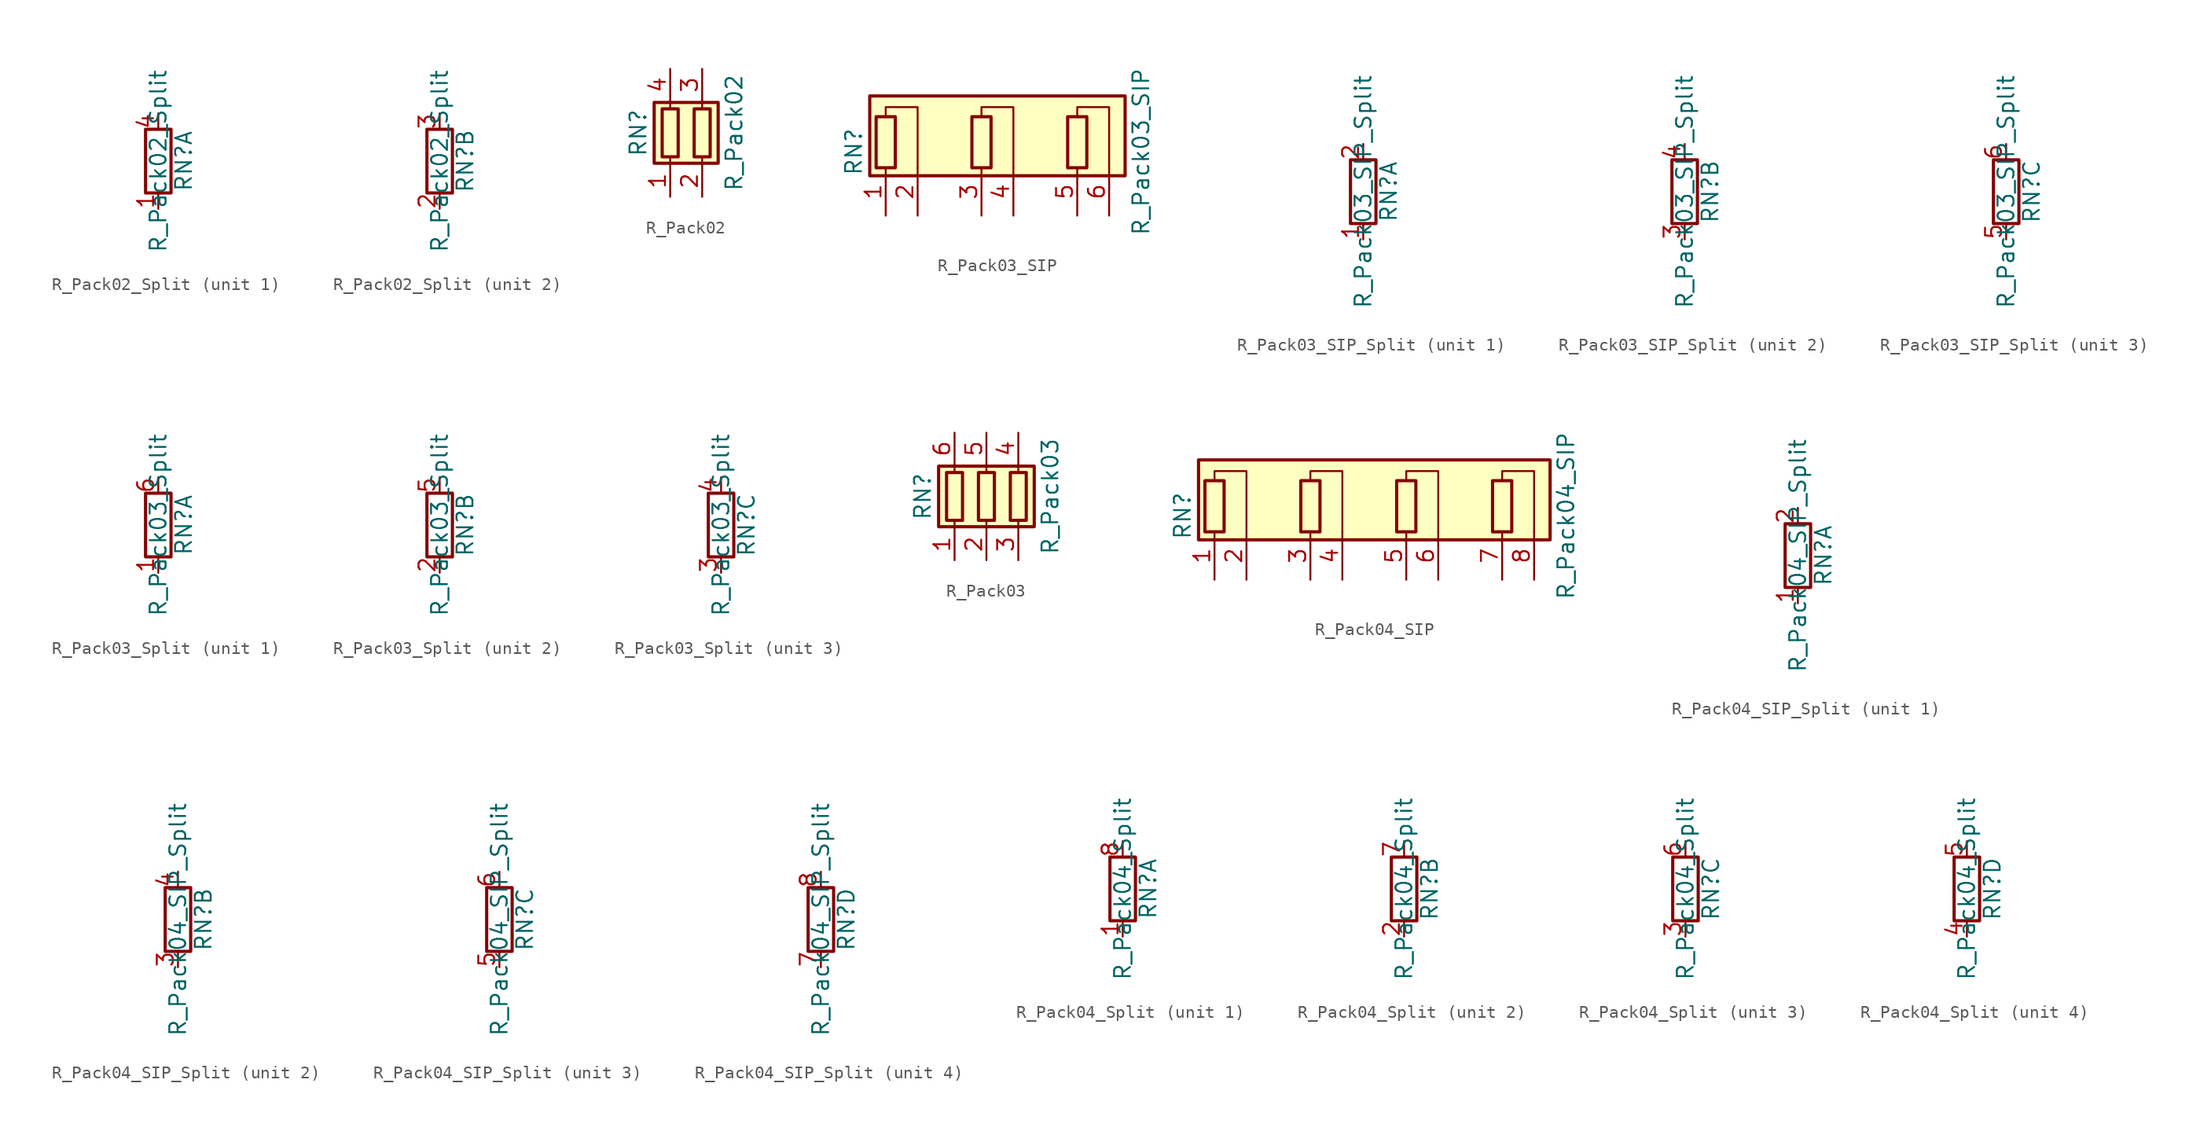
<source format=kicad_sym>
(kicad_symbol_lib
  (version 20241209)
  (generator "kicad_symbol_editor")
  (generator_version "9.0")
  (symbol "R_Pack02_Split"
    (pin_names
      (offset 0)
      (hide yes))
    (property "Reference" "RN"
      (at 2.032 0 90)
      (effects (font (size 1.27 1.27))))
    (property "Value" "R_Pack02_Split"
      (at 0 0 90)
      (effects (font (size 1.27 1.27))))
    (symbol "R_Pack02_Split_0_1"
      (rectangle (start 1.016 2.54) (end -1.016 -2.54) (stroke (width 0.254) (type solid)) (fill (type none))))
    (symbol "R_Pack02_Split_1_1"
      (pin passive line (at 0 3.81 270) (length 1.27) (name "R1.2" (effects (font (size 1.27 1.27)))) (number "4" (effects (font (size 1.27 1.27)))))
      (pin passive line (at 0 -3.81 90) (length 1.27) (name "R1.1" (effects (font (size 1.27 1.27)))) (number "1" (effects (font (size 1.27 1.27))))))
    (symbol "R_Pack02_Split_2_1"
      (pin passive line (at 0 3.81 270) (length 1.27) (name "R2.2" (effects (font (size 1.27 1.27)))) (number "3" (effects (font (size 1.27 1.27)))))
      (pin passive line (at 0 -3.81 90) (length 1.27) (name "R2.1" (effects (font (size 1.27 1.27)))) (number "2" (effects (font (size 1.27 1.27)))))))
  (symbol "R_Pack02"
    (pin_names
      (offset 0)
      (hide yes))
    (property "Reference" "RN"
      (at -5.08 0 90)
      (effects (font (size 1.27 1.27))))
    (property "Value" "R_Pack02"
      (at 2.54 0 90)
      (effects (font (size 1.27 1.27))))
    (symbol "R_Pack02_0_1"
      (rectangle (start -3.81 -2.413) (end 1.27 2.413) (stroke (width 0.254) (type solid)) (fill (type background)))
      (rectangle (start -3.175 1.905) (end -1.905 -1.905) (stroke (width 0.254) (type solid)) (fill (type none)))
      (polyline (pts (xy -2.54 1.905) (xy -2.54 2.54)) (stroke (width 0) (type solid)) (fill (type none)))
      (polyline (pts (xy -2.54 -2.54) (xy -2.54 -1.905)) (stroke (width 0) (type solid)) (fill (type none)))
      (rectangle (start -0.635 1.905) (end 0.635 -1.905) (stroke (width 0.254) (type solid)) (fill (type none)))
      (polyline (pts (xy 0 1.905) (xy 0 2.54)) (stroke (width 0) (type solid)) (fill (type none)))
      (polyline (pts (xy 0 -2.54) (xy 0 -1.905)) (stroke (width 0) (type solid)) (fill (type none))))
    (symbol "R_Pack02_1_1"
      (pin passive line (at -2.54 5.08 270) (length 2.54) (name "R1.2" (effects (font (size 1.27 1.27)))) (number "4" (effects (font (size 1.27 1.27)))))
      (pin passive line (at -2.54 -5.08 90) (length 2.54) (name "R1.1" (effects (font (size 1.27 1.27)))) (number "1" (effects (font (size 1.27 1.27)))))
      (pin passive line (at 0 5.08 270) (length 2.54) (name "R2.2" (effects (font (size 1.27 1.27)))) (number "3" (effects (font (size 1.27 1.27)))))
      (pin passive line (at 0 -5.08 90) (length 2.54) (name "R2.1" (effects (font (size 1.27 1.27)))) (number "2" (effects (font (size 1.27 1.27)))))))
  (symbol "R_Pack03_SIP"
    (pin_names
      (offset 0)
      (hide yes))
    (property "Reference" "RN"
      (at -10.16 0 90)
      (effects (font (size 1.27 1.27))))
    (property "Value" "R_Pack03_SIP"
      (at 12.7 0 90)
      (effects (font (size 1.27 1.27))))
    (symbol "R_Pack03_SIP_0_1"
      (rectangle (start -8.89 -1.905) (end 11.43 4.445) (stroke (width 0.254) (type solid)) (fill (type background)))
      (rectangle (start -8.382 2.794) (end -6.858 -1.27) (stroke (width 0.254) (type solid)) (fill (type none)))
      (polyline (pts (xy -7.62 2.794) (xy -7.62 3.556) (xy -5.08 3.556) (xy -5.08 -1.27)) (stroke (width 0) (type solid)) (fill (type none)))
      (rectangle (start -0.762 2.794) (end 0.762 -1.27) (stroke (width 0.254) (type solid)) (fill (type none)))
      (polyline (pts (xy 0 2.794) (xy 0 3.556) (xy 2.54 3.556) (xy 2.54 -1.27)) (stroke (width 0) (type solid)) (fill (type none)))
      (rectangle (start 6.858 2.794) (end 8.382 -1.27) (stroke (width 0.254) (type solid)) (fill (type none)))
      (polyline (pts (xy 7.62 2.794) (xy 7.62 3.556) (xy 10.16 3.556) (xy 10.16 -1.27)) (stroke (width 0) (type solid)) (fill (type none))))
    (symbol "R_Pack03_SIP_1_1"
      (pin passive line (at -7.62 -5.08 90) (length 3.81) (name "R1.1" (effects (font (size 1.27 1.27)))) (number "1" (effects (font (size 1.27 1.27)))))
      (pin passive line (at -5.08 -5.08 90) (length 3.81) (name "R1.2" (effects (font (size 1.27 1.27)))) (number "2" (effects (font (size 1.27 1.27)))))
      (pin passive line (at 0 -5.08 90) (length 3.81) (name "R2.1" (effects (font (size 1.27 1.27)))) (number "3" (effects (font (size 1.27 1.27)))))
      (pin passive line (at 2.54 -5.08 90) (length 3.81) (name "R2.2" (effects (font (size 1.27 1.27)))) (number "4" (effects (font (size 1.27 1.27)))))
      (pin passive line (at 7.62 -5.08 90) (length 3.81) (name "R3.1" (effects (font (size 1.27 1.27)))) (number "5" (effects (font (size 1.27 1.27)))))
      (pin passive line (at 10.16 -5.08 90) (length 3.81) (name "R3.2" (effects (font (size 1.27 1.27)))) (number "6" (effects (font (size 1.27 1.27)))))))
  (symbol "R_Pack03_SIP_Split"
    (pin_names
      (offset 0)
      (hide yes))
    (property "Reference" "RN"
      (at 2.032 0 90)
      (effects (font (size 1.27 1.27))))
    (property "Value" "R_Pack03_SIP_Split"
      (at 0 0 90)
      (effects (font (size 1.27 1.27))))
    (symbol "R_Pack03_SIP_Split_0_1"
      (rectangle (start 1.016 2.54) (end -1.016 -2.54) (stroke (width 0.254) (type solid)) (fill (type none))))
    (symbol "R_Pack03_SIP_Split_1_1"
      (pin passive line (at 0 3.81 270) (length 1.27) (name "R1.2" (effects (font (size 1.27 1.27)))) (number "2" (effects (font (size 1.27 1.27)))))
      (pin passive line (at 0 -3.81 90) (length 1.27) (name "R1.1" (effects (font (size 1.27 1.27)))) (number "1" (effects (font (size 1.27 1.27))))))
    (symbol "R_Pack03_SIP_Split_2_1"
      (pin passive line (at 0 3.81 270) (length 1.27) (name "R2.2" (effects (font (size 1.27 1.27)))) (number "4" (effects (font (size 1.27 1.27)))))
      (pin passive line (at 0 -3.81 90) (length 1.27) (name "R2.1" (effects (font (size 1.27 1.27)))) (number "3" (effects (font (size 1.27 1.27))))))
    (symbol "R_Pack03_SIP_Split_3_1"
      (pin passive line (at 0 3.81 270) (length 1.27) (name "R3.2" (effects (font (size 1.27 1.27)))) (number "6" (effects (font (size 1.27 1.27)))))
      (pin passive line (at 0 -3.81 90) (length 1.27) (name "R3.1" (effects (font (size 1.27 1.27)))) (number "5" (effects (font (size 1.27 1.27)))))))
  (symbol "R_Pack03_Split"
    (pin_names
      (offset 0)
      (hide yes))
    (property "Reference" "RN"
      (at 2.032 0 90)
      (effects (font (size 1.27 1.27))))
    (property "Value" "R_Pack03_Split"
      (at 0 0 90)
      (effects (font (size 1.27 1.27))))
    (symbol "R_Pack03_Split_0_1"
      (rectangle (start 1.016 2.54) (end -1.016 -2.54) (stroke (width 0.254) (type solid)) (fill (type none))))
    (symbol "R_Pack03_Split_1_1"
      (pin passive line (at 0 3.81 270) (length 1.27) (name "R1.2" (effects (font (size 1.27 1.27)))) (number "6" (effects (font (size 1.27 1.27)))))
      (pin passive line (at 0 -3.81 90) (length 1.27) (name "R1.1" (effects (font (size 1.27 1.27)))) (number "1" (effects (font (size 1.27 1.27))))))
    (symbol "R_Pack03_Split_2_1"
      (pin passive line (at 0 3.81 270) (length 1.27) (name "R2.2" (effects (font (size 1.27 1.27)))) (number "5" (effects (font (size 1.27 1.27)))))
      (pin passive line (at 0 -3.81 90) (length 1.27) (name "R2.1" (effects (font (size 1.27 1.27)))) (number "2" (effects (font (size 1.27 1.27))))))
    (symbol "R_Pack03_Split_3_1"
      (pin passive line (at 0 3.81 270) (length 1.27) (name "R3.2" (effects (font (size 1.27 1.27)))) (number "4" (effects (font (size 1.27 1.27)))))
      (pin passive line (at 0 -3.81 90) (length 1.27) (name "R3.1" (effects (font (size 1.27 1.27)))) (number "3" (effects (font (size 1.27 1.27)))))))
  (symbol "R_Pack03"
    (pin_names
      (offset 0)
      (hide yes))
    (property "Reference" "RN"
      (at -5.08 0 90)
      (effects (font (size 1.27 1.27))))
    (property "Value" "R_Pack03"
      (at 5.08 0 90)
      (effects (font (size 1.27 1.27))))
    (symbol "R_Pack03_0_1"
      (rectangle (start -3.81 -2.413) (end 3.81 2.413) (stroke (width 0.254) (type solid)) (fill (type background)))
      (rectangle (start -3.175 1.905) (end -1.905 -1.905) (stroke (width 0.254) (type solid)) (fill (type none)))
      (polyline (pts (xy -2.54 1.905) (xy -2.54 2.54)) (stroke (width 0) (type solid)) (fill (type none)))
      (polyline (pts (xy -2.54 -2.54) (xy -2.54 -1.905)) (stroke (width 0) (type solid)) (fill (type none)))
      (rectangle (start -0.635 1.905) (end 0.635 -1.905) (stroke (width 0.254) (type solid)) (fill (type none)))
      (polyline (pts (xy 0 1.905) (xy 0 2.54)) (stroke (width 0) (type solid)) (fill (type none)))
      (polyline (pts (xy 0 -2.54) (xy 0 -1.905)) (stroke (width 0) (type solid)) (fill (type none)))
      (rectangle (start 1.905 1.905) (end 3.175 -1.905) (stroke (width 0.254) (type solid)) (fill (type none)))
      (polyline (pts (xy 2.54 1.905) (xy 2.54 2.54)) (stroke (width 0) (type solid)) (fill (type none)))
      (polyline (pts (xy 2.54 -2.54) (xy 2.54 -1.905)) (stroke (width 0) (type solid)) (fill (type none))))
    (symbol "R_Pack03_1_1"
      (pin passive line (at -2.54 5.08 270) (length 2.54) (name "R1.2" (effects (font (size 1.27 1.27)))) (number "6" (effects (font (size 1.27 1.27)))))
      (pin passive line (at -2.54 -5.08 90) (length 2.54) (name "R1.1" (effects (font (size 1.27 1.27)))) (number "1" (effects (font (size 1.27 1.27)))))
      (pin passive line (at 0 5.08 270) (length 2.54) (name "R2.2" (effects (font (size 1.27 1.27)))) (number "5" (effects (font (size 1.27 1.27)))))
      (pin passive line (at 0 -5.08 90) (length 2.54) (name "R2.1" (effects (font (size 1.27 1.27)))) (number "2" (effects (font (size 1.27 1.27)))))
      (pin passive line (at 2.54 5.08 270) (length 2.54) (name "R3.2" (effects (font (size 1.27 1.27)))) (number "4" (effects (font (size 1.27 1.27)))))
      (pin passive line (at 2.54 -5.08 90) (length 2.54) (name "R3.1" (effects (font (size 1.27 1.27)))) (number "3" (effects (font (size 1.27 1.27)))))))
  (symbol "R_Pack04_SIP"
    (pin_names
      (offset 0)
      (hide yes))
    (property "Reference" "RN"
      (at -15.24 0 90)
      (effects (font (size 1.27 1.27))))
    (property "Value" "R_Pack04_SIP"
      (at 15.24 0 90)
      (effects (font (size 1.27 1.27))))
    (symbol "R_Pack04_SIP_0_1"
      (rectangle (start -13.97 -1.905) (end 13.97 4.445) (stroke (width 0.254) (type solid)) (fill (type background)))
      (rectangle (start -13.462 2.794) (end -11.938 -1.27) (stroke (width 0.254) (type solid)) (fill (type none)))
      (polyline (pts (xy -12.7 2.794) (xy -12.7 3.556) (xy -10.16 3.556) (xy -10.16 -1.27)) (stroke (width 0) (type solid)) (fill (type none)))
      (rectangle (start -5.842 2.794) (end -4.318 -1.27) (stroke (width 0.254) (type solid)) (fill (type none)))
      (polyline (pts (xy -5.08 2.794) (xy -5.08 3.556) (xy -2.54 3.556) (xy -2.54 -1.27)) (stroke (width 0) (type solid)) (fill (type none)))
      (rectangle (start 1.778 2.794) (end 3.302 -1.27) (stroke (width 0.254) (type solid)) (fill (type none)))
      (polyline (pts (xy 2.54 2.794) (xy 2.54 3.556) (xy 5.08 3.556) (xy 5.08 -1.27)) (stroke (width 0) (type solid)) (fill (type none)))
      (rectangle (start 9.398 2.794) (end 10.922 -1.27) (stroke (width 0.254) (type solid)) (fill (type none)))
      (polyline (pts (xy 10.16 2.794) (xy 10.16 3.556) (xy 12.7 3.556) (xy 12.7 -1.27)) (stroke (width 0) (type solid)) (fill (type none))))
    (symbol "R_Pack04_SIP_1_1"
      (pin passive line (at -12.7 -5.08 90) (length 3.81) (name "R1.1" (effects (font (size 1.27 1.27)))) (number "1" (effects (font (size 1.27 1.27)))))
      (pin passive line (at -10.16 -5.08 90) (length 3.81) (name "R1.2" (effects (font (size 1.27 1.27)))) (number "2" (effects (font (size 1.27 1.27)))))
      (pin passive line (at -5.08 -5.08 90) (length 3.81) (name "R2.1" (effects (font (size 1.27 1.27)))) (number "3" (effects (font (size 1.27 1.27)))))
      (pin passive line (at -2.54 -5.08 90) (length 3.81) (name "R2.2" (effects (font (size 1.27 1.27)))) (number "4" (effects (font (size 1.27 1.27)))))
      (pin passive line (at 2.54 -5.08 90) (length 3.81) (name "R3.1" (effects (font (size 1.27 1.27)))) (number "5" (effects (font (size 1.27 1.27)))))
      (pin passive line (at 5.08 -5.08 90) (length 3.81) (name "R3.2" (effects (font (size 1.27 1.27)))) (number "6" (effects (font (size 1.27 1.27)))))
      (pin passive line (at 10.16 -5.08 90) (length 3.81) (name "R4.1" (effects (font (size 1.27 1.27)))) (number "7" (effects (font (size 1.27 1.27)))))
      (pin passive line (at 12.7 -5.08 90) (length 3.81) (name "R4.2" (effects (font (size 1.27 1.27)))) (number "8" (effects (font (size 1.27 1.27)))))))
  (symbol "R_Pack04_SIP_Split"
    (pin_names
      (offset 0)
      (hide yes))
    (property "Reference" "RN"
      (at 2.032 0 90)
      (effects (font (size 1.27 1.27))))
    (property "Value" "R_Pack04_SIP_Split"
      (at 0 0 90)
      (effects (font (size 1.27 1.27))))
    (symbol "R_Pack04_SIP_Split_0_1"
      (rectangle (start 1.016 2.54) (end -1.016 -2.54) (stroke (width 0.254) (type solid)) (fill (type none))))
    (symbol "R_Pack04_SIP_Split_1_1"
      (pin passive line (at 0 3.81 270) (length 1.27) (name "R1.2" (effects (font (size 1.27 1.27)))) (number "2" (effects (font (size 1.27 1.27)))))
      (pin passive line (at 0 -3.81 90) (length 1.27) (name "R1.1" (effects (font (size 1.27 1.27)))) (number "1" (effects (font (size 1.27 1.27))))))
    (symbol "R_Pack04_SIP_Split_2_1"
      (pin passive line (at 0 3.81 270) (length 1.27) (name "R2.2" (effects (font (size 1.27 1.27)))) (number "4" (effects (font (size 1.27 1.27)))))
      (pin passive line (at 0 -3.81 90) (length 1.27) (name "R2.1" (effects (font (size 1.27 1.27)))) (number "3" (effects (font (size 1.27 1.27))))))
    (symbol "R_Pack04_SIP_Split_3_1"
      (pin passive line (at 0 3.81 270) (length 1.27) (name "R3.2" (effects (font (size 1.27 1.27)))) (number "6" (effects (font (size 1.27 1.27)))))
      (pin passive line (at 0 -3.81 90) (length 1.27) (name "R3.1" (effects (font (size 1.27 1.27)))) (number "5" (effects (font (size 1.27 1.27))))))
    (symbol "R_Pack04_SIP_Split_4_1"
      (pin passive line (at 0 3.81 270) (length 1.27) (name "R4.2" (effects (font (size 1.27 1.27)))) (number "8" (effects (font (size 1.27 1.27)))))
      (pin passive line (at 0 -3.81 90) (length 1.27) (name "R4.1" (effects (font (size 1.27 1.27)))) (number "7" (effects (font (size 1.27 1.27)))))))
  (symbol "R_Pack04_Split"
    (pin_names
      (offset 0)
      (hide yes))
    (property "Reference" "RN"
      (at 2.032 0 90)
      (effects (font (size 1.27 1.27))))
    (property "Value" "R_Pack04_Split"
      (at 0 0 90)
      (effects (font (size 1.27 1.27))))
    (symbol "R_Pack04_Split_0_1"
      (rectangle (start 1.016 2.54) (end -1.016 -2.54) (stroke (width 0.254) (type solid)) (fill (type none))))
    (symbol "R_Pack04_Split_1_1"
      (pin passive line (at 0 3.81 270) (length 1.27) (name "R1.2" (effects (font (size 1.27 1.27)))) (number "8" (effects (font (size 1.27 1.27)))))
      (pin passive line (at 0 -3.81 90) (length 1.27) (name "R1.1" (effects (font (size 1.27 1.27)))) (number "1" (effects (font (size 1.27 1.27))))))
    (symbol "R_Pack04_Split_2_1"
      (pin passive line (at 0 3.81 270) (length 1.27) (name "R2.2" (effects (font (size 1.27 1.27)))) (number "7" (effects (font (size 1.27 1.27)))))
      (pin passive line (at 0 -3.81 90) (length 1.27) (name "R2.1" (effects (font (size 1.27 1.27)))) (number "2" (effects (font (size 1.27 1.27))))))
    (symbol "R_Pack04_Split_3_1"
      (pin passive line (at 0 3.81 270) (length 1.27) (name "R3.2" (effects (font (size 1.27 1.27)))) (number "6" (effects (font (size 1.27 1.27)))))
      (pin passive line (at 0 -3.81 90) (length 1.27) (name "R3.1" (effects (font (size 1.27 1.27)))) (number "3" (effects (font (size 1.27 1.27))))))
    (symbol "R_Pack04_Split_4_1"
      (pin passive line (at 0 3.81 270) (length 1.27) (name "R4.2" (effects (font (size 1.27 1.27)))) (number "5" (effects (font (size 1.27 1.27)))))
      (pin passive line (at 0 -3.81 90) (length 1.27) (name "R4.1" (effects (font (size 1.27 1.27)))) (number "4" (effects (font (size 1.27 1.27))))))))
</source>
